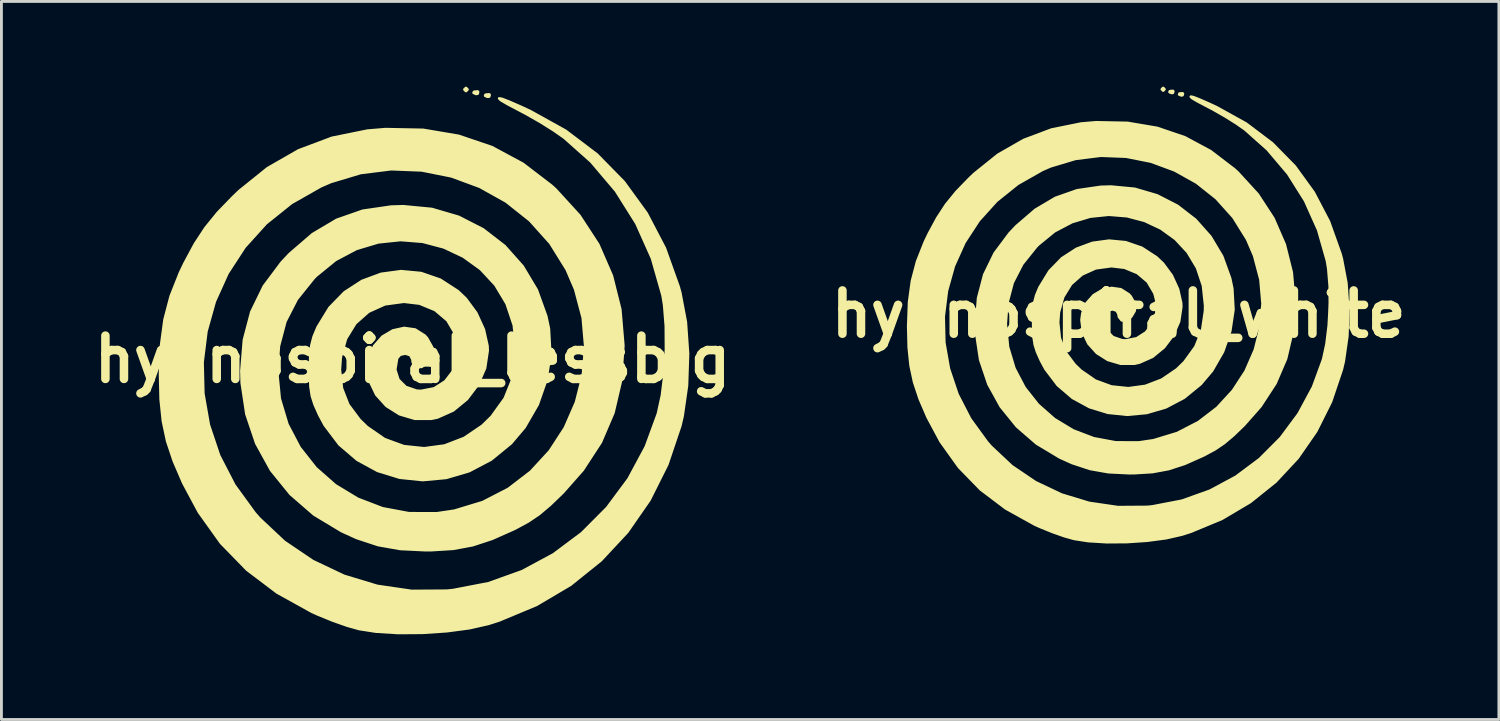
<source format=kicad_pcb>
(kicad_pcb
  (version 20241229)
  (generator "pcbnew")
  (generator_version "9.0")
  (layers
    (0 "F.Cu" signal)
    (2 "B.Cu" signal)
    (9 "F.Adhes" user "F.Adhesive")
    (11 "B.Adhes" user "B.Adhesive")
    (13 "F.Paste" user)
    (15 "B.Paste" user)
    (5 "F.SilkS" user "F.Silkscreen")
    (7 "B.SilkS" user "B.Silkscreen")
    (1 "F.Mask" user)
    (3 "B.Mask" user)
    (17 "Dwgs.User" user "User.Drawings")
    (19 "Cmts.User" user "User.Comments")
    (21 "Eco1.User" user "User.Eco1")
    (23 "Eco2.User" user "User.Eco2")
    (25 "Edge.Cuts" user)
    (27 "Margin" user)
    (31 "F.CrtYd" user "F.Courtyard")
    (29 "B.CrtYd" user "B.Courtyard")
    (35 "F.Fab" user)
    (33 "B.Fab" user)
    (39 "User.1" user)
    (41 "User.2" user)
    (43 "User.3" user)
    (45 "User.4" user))
  (footprint "hypnospiral_white"
    (layer "F.Cu")
    (at 36.332 8.009)
    (property "Reference" "hypnospiral_white" (at 0 0 0) (layer "F.SilkS") (effects (font (size 1.524 1.524) (thickness 0.3))))
    (attr through_hole)
    (fp_poly (pts (xy 1.609 -7.916) (xy 1.566 -7.874) (xy 1.524 -7.916) (xy 1.566 -7.959) (xy 1.609 -7.916)) (stroke (width 0.1) (type solid)) (fill yes) (layer "F.SilkS"))
    (fp_poly (pts (xy 1.919 -7.846) (xy 1.907 -7.795) (xy 1.863 -7.789) (xy 1.793 -7.82) (xy 1.806 -7.846) (xy 1.907 -7.856) (xy 1.919 -7.846)) (stroke (width 0.1) (type solid)) (fill yes) (layer "F.SilkS"))
    (fp_poly (pts (xy 2.258 -7.761) (xy 2.246 -7.711) (xy 2.201 -7.705) (xy 2.132 -7.736) (xy 2.145 -7.761) (xy 2.245 -7.771) (xy 2.258 -7.761)) (stroke (width 0.1) (type solid)) (fill yes) (layer "F.SilkS"))
    (fp_poly (pts (xy 8.078 -0.166) (xy 8.047 0.774) (xy 7.92 1.661) (xy 7.852 1.948) (xy 7.47 3.082) (xy 6.949 4.123) (xy 6.297 5.064) (xy 5.521 5.896) (xy 4.63 6.611) (xy 3.632 7.202) (xy 2.533 7.659) (xy 2.225 7.757) (xy 1.669 7.884) (xy 1.006 7.972) (xy 0.291 8.02) (xy -0.42 8.025) (xy -1.074 7.985) (xy -1.566 7.909) (xy -1.913 7.811) (xy -2.339 7.661) (xy -2.773 7.484) (xy -2.952 7.403) (xy -3.968 6.84) (xy -4.854 6.17) (xy -5.618 5.386) (xy -6.266 4.48) (xy -6.723 3.627) (xy -7.001 2.982) (xy -7.196 2.396) (xy -7.321 1.812) (xy -7.387 1.174) (xy -7.405 0.426) (xy -7.405 0.423) (xy -7.374 -0.423) (xy -7.274 -1.163) (xy -7.093 -1.85) (xy -6.821 -2.537) (xy -6.683 -2.825) (xy -6.383 -3.381) (xy -6.073 -3.855) (xy -5.712 -4.299) (xy -5.261 -4.765) (xy -5.082 -4.936) (xy -4.249 -5.606) (xy -3.34 -6.127) (xy -2.362 -6.495) (xy -1.323 -6.705) (xy -0.797 -6.75) (xy 0.313 -6.728) (xy 1.354 -6.552) (xy 2.327 -6.221) (xy 3.233 -5.734) (xy 4.071 -5.093) (xy 4.193 -4.98) (xy 4.893 -4.215) (xy 5.444 -3.37) (xy 5.844 -2.451) (xy 6.09 -1.466) (xy 6.179 -0.423) (xy 6.179 -0.373) (xy 6.109 0.636) (xy 5.89 1.567) (xy 5.519 2.432) (xy 4.991 3.242) (xy 4.408 3.903) (xy 4.029 4.268) (xy 3.706 4.54) (xy 3.388 4.755) (xy 3.022 4.953) (xy 2.963 4.982) (xy 2.329 5.264) (xy 1.76 5.45) (xy 1.192 5.555) (xy 0.563 5.594) (xy 0.381 5.596) (xy -0.36 5.56) (xy -1.01 5.445) (xy -1.638 5.237) (xy -2.074 5.04) (xy -2.885 4.553) (xy -3.58 3.951) (xy -4.148 3.25) (xy -4.582 2.464) (xy -4.871 1.606) (xy -5.008 0.693) (xy -5.018 0.339) (xy -4.944 -0.567) (xy -4.728 -1.389) (xy -4.361 -2.142) (xy -3.839 -2.841) (xy -3.601 -3.093) (xy -2.929 -3.671) (xy -2.223 -4.089) (xy -1.463 -4.355) (xy -0.629 -4.477) (xy -0.272 -4.487) (xy 0.564 -4.408) (xy 1.348 -4.178) (xy 2.065 -3.811) (xy 2.697 -3.322) (xy 3.228 -2.725) (xy 3.641 -2.033) (xy 3.92 -1.261) (xy 3.996 -0.9) (xy 4.037 -0.157) (xy 3.924 0.595) (xy 3.67 1.321) (xy 3.286 1.988) (xy 2.885 2.461) (xy 2.299 2.94) (xy 1.659 3.277) (xy 0.985 3.475) (xy 0.299 3.538) (xy -0.378 3.468) (xy -1.025 3.269) (xy -1.621 2.944) (xy -2.145 2.496) (xy -2.575 1.928) (xy -2.736 1.628) (xy -2.87 1.326) (xy -2.951 1.073) (xy -2.991 0.807) (xy -3.005 0.46) (xy -3.006 0.296) (xy -2.998 -0.11) (xy -2.966 -0.408) (xy -2.9 -0.661) (xy -2.788 -0.93) (xy -2.781 -0.944) (xy -2.434 -1.512) (xy -1.993 -1.965) (xy -1.48 -2.297) (xy -0.921 -2.504) (xy -0.337 -2.583) (xy 0.247 -2.527) (xy 0.81 -2.333) (xy 1.327 -1.997) (xy 1.557 -1.779) (xy 1.866 -1.36) (xy 2.087 -0.877) (xy 2.195 -0.394) (xy 2.201 -0.26) (xy 2.124 0.257) (xy 1.912 0.743) (xy 1.592 1.167) (xy 1.189 1.497) (xy 0.729 1.702) (xy 0.554 1.74) (xy 0.068 1.74) (xy -0.379 1.608) (xy -0.764 1.365) (xy -1.062 1.035) (xy -1.25 0.641) (xy -1.305 0.205) (xy -1.274 -0.029) (xy -1.125 -0.388) (xy -0.881 -0.663) (xy -0.578 -0.843) (xy -0.248 -0.917) (xy 0.074 -0.871) (xy 0.354 -0.694) (xy 0.42 -0.62) (xy 0.568 -0.357) (xy 0.561 -0.118) (xy 0.437 0.089) (xy 0.266 0.218) (xy 0.108 0.215) (xy 0.011 0.09) (xy 0 0.003) (xy -0.065 -0.125) (xy -0.211 -0.174) (xy -0.368 -0.138) (xy -0.457 -0.035) (xy -0.511 0.304) (xy -0.419 0.597) (xy -0.202 0.813) (xy 0.118 0.923) (xy 0.244 0.931) (xy 0.637 0.855) (xy 0.961 0.647) (xy 1.199 0.339) (xy 1.33 -0.038) (xy 1.337 -0.455) (xy 1.265 -0.735) (xy 1.024 -1.144) (xy 0.663 -1.45) (xy 0.207 -1.638) (xy -0.254 -1.693) (xy -0.812 -1.617) (xy -1.292 -1.4) (xy -1.679 -1.059) (xy -1.956 -0.608) (xy -2.109 -0.066) (xy -2.135 0.296) (xy -2.076 0.849) (xy -1.888 1.331) (xy -1.556 1.776) (xy -1.338 1.988) (xy -0.825 2.343) (xy -0.258 2.551) (xy 0.339 2.613) (xy 0.939 2.532) (xy 1.518 2.31) (xy 2.05 1.949) (xy 2.32 1.685) (xy 2.706 1.15) (xy 2.944 0.56) (xy 3.044 -0.111) (xy 3.048 -0.299) (xy 2.973 -1.004) (xy 2.762 -1.635) (xy 2.432 -2.185) (xy 2.002 -2.648) (xy 1.491 -3.018) (xy 0.916 -3.288) (xy 0.296 -3.452) (xy -0.35 -3.504) (xy -1.004 -3.436) (xy -1.648 -3.243) (xy -2.264 -2.918) (xy -2.832 -2.454) (xy -2.907 -2.378) (xy -3.398 -1.765) (xy -3.735 -1.109) (xy -3.925 -0.388) (xy -3.979 0.345) (xy -3.9 1.156) (xy -3.674 1.908) (xy -3.316 2.591) (xy -2.842 3.191) (xy -2.268 3.697) (xy -1.61 4.095) (xy -0.884 4.373) (xy -0.104 4.519) (xy 0.712 4.521) (xy 1.228 4.444) (xy 2.064 4.19) (xy 2.815 3.802) (xy 3.472 3.298) (xy 4.026 2.695) (xy 4.472 2.01) (xy 4.799 1.259) (xy 5.001 0.46) (xy 5.069 -0.37) (xy 4.996 -1.215) (xy 4.774 -2.057) (xy 4.524 -2.638) (xy 4.043 -3.411) (xy 3.445 -4.078) (xy 2.749 -4.632) (xy 1.974 -5.065) (xy 1.141 -5.373) (xy 0.267 -5.547) (xy -0.627 -5.582) (xy -1.523 -5.47) (xy -2.401 -5.207) (xy -2.693 -5.08) (xy -3.557 -4.589) (xy -4.303 -3.99) (xy -4.929 -3.297) (xy -5.431 -2.528) (xy -5.806 -1.697) (xy -6.051 -0.821) (xy -6.164 0.085) (xy -6.142 1.004) (xy -5.981 1.922) (xy -5.679 2.822) (xy -5.233 3.689) (xy -4.639 4.507) (xy -4.499 4.667) (xy -3.766 5.355) (xy -2.931 5.92) (xy -2.014 6.355) (xy -1.039 6.65) (xy -0.026 6.798) (xy 1.003 6.791) (xy 1.186 6.773) (xy 2.229 6.572) (xy 3.217 6.219) (xy 4.135 5.725) (xy 4.97 5.101) (xy 5.709 4.359) (xy 6.339 3.51) (xy 6.847 2.566) (xy 7.203 1.594) (xy 7.32 1.052) (xy 7.399 0.404) (xy 7.438 -0.292) (xy 7.434 -0.977) (xy 7.384 -1.591) (xy 7.337 -1.88) (xy 7.028 -2.964) (xy 6.568 -3.992) (xy 5.969 -4.944) (xy 5.243 -5.801) (xy 4.454 -6.504) (xy 4.145 -6.72) (xy 3.747 -6.969) (xy 3.327 -7.209) (xy 3.134 -7.31) (xy 2.791 -7.491) (xy 2.596 -7.604) (xy 2.544 -7.653) (xy 2.626 -7.636) (xy 2.837 -7.554) (xy 3.169 -7.409) (xy 3.446 -7.281) (xy 4.485 -6.704) (xy 5.403 -6.01) (xy 6.197 -5.202) (xy 6.863 -4.283) (xy 7.399 -3.258) (xy 7.802 -2.13) (xy 7.852 -1.948) (xy 8.013 -1.095) (xy 8.078 -0.166)) (stroke (width 0.1) (type solid)) (fill yes) (layer "F.SilkS")))
  (footprint "hypnospiral_lessbig"
    (layer "F.Cu")
    (at 11.474 9.6)
    (property "Reference" "hypnospiral_lessbig" (at 0 0 0) (layer "F.SilkS") (effects (font (size 1.524 1.524) (thickness 0.3))))
    (attr through_hole)
    (fp_poly (pts (xy 1.93 -9.5) (xy 1.88 -9.449) (xy 1.829 -9.5) (xy 1.88 -9.55) (xy 1.93 -9.5)) (stroke (width 0.1) (type solid)) (fill yes) (layer "F.SilkS"))
    (fp_poly (pts (xy 2.303 -9.415) (xy 2.289 -9.355) (xy 2.235 -9.347) (xy 2.152 -9.384) (xy 2.167 -9.415) (xy 2.288 -9.427) (xy 2.303 -9.415)) (stroke (width 0.1) (type solid)) (fill yes) (layer "F.SilkS"))
    (fp_poly (pts (xy 2.709 -9.313) (xy 2.695 -9.253) (xy 2.642 -9.246) (xy 2.558 -9.283) (xy 2.574 -9.313) (xy 2.694 -9.325) (xy 2.709 -9.313)) (stroke (width 0.1) (type solid)) (fill yes) (layer "F.SilkS"))
    (fp_poly (pts (xy 9.694 -0.199) (xy 9.656 0.929) (xy 9.503 1.994) (xy 9.423 2.338) (xy 8.964 3.699) (xy 8.339 4.948) (xy 7.556 6.077) (xy 6.625 7.075) (xy 5.556 7.934) (xy 4.358 8.642) (xy 3.04 9.191) (xy 2.67 9.309) (xy 2.002 9.461) (xy 1.207 9.567) (xy 0.349 9.624) (xy -0.504 9.63) (xy -1.289 9.582) (xy -1.88 9.49) (xy -2.296 9.373) (xy -2.807 9.193) (xy -3.328 8.981) (xy -3.542 8.884) (xy -4.762 8.208) (xy -5.825 7.404) (xy -6.742 6.463) (xy -7.519 5.376) (xy -8.068 4.352) (xy -8.401 3.579) (xy -8.636 2.875) (xy -8.785 2.174) (xy -8.864 1.408) (xy -8.886 0.511) (xy -8.886 0.508) (xy -8.848 -0.508) (xy -8.728 -1.396) (xy -8.512 -2.22) (xy -8.185 -3.044) (xy -8.019 -3.39) (xy -7.66 -4.058) (xy -7.287 -4.626) (xy -6.854 -5.159) (xy -6.313 -5.718) (xy -6.099 -5.923) (xy -5.099 -6.728) (xy -4.008 -7.353) (xy -2.834 -7.794) (xy -1.588 -8.047) (xy -0.957 -8.1) (xy 0.375 -8.074) (xy 1.625 -7.862) (xy 2.793 -7.465) (xy 3.879 -6.881) (xy 4.885 -6.111) (xy 5.032 -5.977) (xy 5.871 -5.059) (xy 6.533 -4.044) (xy 7.013 -2.941) (xy 7.309 -1.759) (xy 7.415 -0.507) (xy 7.415 -0.448) (xy 7.33 0.763) (xy 7.068 1.88) (xy 6.623 2.919) (xy 5.989 3.891) (xy 5.289 4.684) (xy 4.835 5.122) (xy 4.448 5.448) (xy 4.065 5.706) (xy 3.627 5.943) (xy 3.556 5.978) (xy 2.795 6.316) (xy 2.112 6.54) (xy 1.431 6.666) (xy 0.676 6.713) (xy 0.457 6.715) (xy -0.432 6.672) (xy -1.212 6.534) (xy -1.966 6.285) (xy -2.489 6.048) (xy -3.462 5.463) (xy -4.295 4.741) (xy -4.978 3.9) (xy -5.498 2.956) (xy -5.845 1.928) (xy -6.01 0.831) (xy -6.022 0.406) (xy -5.933 -0.681) (xy -5.673 -1.667) (xy -5.233 -2.571) (xy -4.606 -3.409) (xy -4.321 -3.711) (xy -3.515 -4.405) (xy -2.668 -4.907) (xy -1.756 -5.226) (xy -0.755 -5.372) (xy -0.327 -5.385) (xy 0.676 -5.289) (xy 1.618 -5.013) (xy 2.478 -4.573) (xy 3.237 -3.987) (xy 3.874 -3.27) (xy 4.37 -2.44) (xy 4.704 -1.513) (xy 4.795 -1.08) (xy 4.844 -0.188) (xy 4.709 0.714) (xy 4.404 1.586) (xy 3.943 2.385) (xy 3.463 2.953) (xy 2.759 3.528) (xy 1.99 3.932) (xy 1.182 4.17) (xy 0.359 4.246) (xy -0.454 4.162) (xy -1.23 3.923) (xy -1.945 3.533) (xy -2.574 2.995) (xy -3.09 2.313) (xy -3.283 1.953) (xy -3.444 1.591) (xy -3.541 1.288) (xy -3.59 0.968) (xy -3.606 0.552) (xy -3.607 0.356) (xy -3.597 -0.131) (xy -3.559 -0.49) (xy -3.48 -0.793) (xy -3.345 -1.116) (xy -3.338 -1.133) (xy -2.921 -1.815) (xy -2.391 -2.358) (xy -1.777 -2.756) (xy -1.105 -3.005) (xy -0.405 -3.099) (xy 0.297 -3.033) (xy 0.972 -2.8) (xy 1.593 -2.397) (xy 1.868 -2.135) (xy 2.239 -1.632) (xy 2.505 -1.052) (xy 2.634 -0.472) (xy 2.641 -0.312) (xy 2.549 0.308) (xy 2.295 0.891) (xy 1.91 1.4) (xy 1.427 1.796) (xy 0.875 2.043) (xy 0.665 2.087) (xy 0.081 2.088) (xy -0.455 1.929) (xy -0.917 1.638) (xy -1.274 1.243) (xy -1.501 0.769) (xy -1.567 0.246) (xy -1.529 -0.035) (xy -1.35 -0.465) (xy -1.058 -0.796) (xy -0.693 -1.012) (xy -0.297 -1.1) (xy 0.089 -1.045) (xy 0.425 -0.833) (xy 0.504 -0.745) (xy 0.682 -0.428) (xy 0.673 -0.141) (xy 0.524 0.107) (xy 0.319 0.262) (xy 0.13 0.258) (xy 0.013 0.108) (xy 0 0.003) (xy -0.077 -0.15) (xy -0.253 -0.208) (xy -0.441 -0.165) (xy -0.548 -0.042) (xy -0.614 0.365) (xy -0.503 0.716) (xy -0.243 0.976) (xy 0.142 1.108) (xy 0.293 1.117) (xy 0.764 1.026) (xy 1.153 0.777) (xy 1.438 0.407) (xy 1.596 -0.046) (xy 1.605 -0.546) (xy 1.518 -0.882) (xy 1.229 -1.373) (xy 0.796 -1.74) (xy 0.248 -1.966) (xy -0.305 -2.032) (xy -0.975 -1.941) (xy -1.551 -1.681) (xy -2.014 -1.271) (xy -2.347 -0.73) (xy -2.531 -0.079) (xy -2.563 0.356) (xy -2.492 1.019) (xy -2.266 1.598) (xy -1.867 2.132) (xy -1.606 2.386) (xy -0.99 2.812) (xy -0.309 3.061) (xy 0.407 3.136) (xy 1.127 3.039) (xy 1.821 2.772) (xy 2.46 2.339) (xy 2.784 2.022) (xy 3.247 1.38) (xy 3.533 0.672) (xy 3.653 -0.133) (xy 3.658 -0.358) (xy 3.568 -1.204) (xy 3.315 -1.961) (xy 2.919 -2.622) (xy 2.403 -3.178) (xy 1.789 -3.622) (xy 1.099 -3.946) (xy 0.356 -4.143) (xy -0.42 -4.205) (xy -1.205 -4.123) (xy -1.978 -3.892) (xy -2.717 -3.501) (xy -3.399 -2.945) (xy -3.488 -2.854) (xy -4.078 -2.118) (xy -4.482 -1.331) (xy -4.71 -0.466) (xy -4.775 0.414) (xy -4.68 1.387) (xy -4.409 2.29) (xy -3.979 3.109) (xy -3.411 3.83) (xy -2.722 4.436) (xy -1.932 4.914) (xy -1.06 5.248) (xy -0.125 5.423) (xy 0.854 5.425) (xy 1.473 5.333) (xy 2.477 5.028) (xy 3.378 4.563) (xy 4.166 3.958) (xy 4.832 3.234) (xy 5.366 2.412) (xy 5.759 1.511) (xy 6.001 0.552) (xy 6.083 -0.444) (xy 5.996 -1.458) (xy 5.729 -2.468) (xy 5.429 -3.165) (xy 4.852 -4.094) (xy 4.134 -4.894) (xy 3.299 -5.558) (xy 2.369 -6.078) (xy 1.369 -6.447) (xy 0.32 -6.656) (xy -0.753 -6.698) (xy -1.828 -6.564) (xy -2.881 -6.248) (xy -3.231 -6.096) (xy -4.268 -5.507) (xy -5.164 -4.788) (xy -5.915 -3.957) (xy -6.517 -3.033) (xy -6.967 -2.037) (xy -7.261 -0.985) (xy -7.397 0.102) (xy -7.37 1.205) (xy -7.177 2.307) (xy -6.815 3.387) (xy -6.279 4.427) (xy -5.567 5.408) (xy -5.399 5.6) (xy -4.52 6.426) (xy -3.517 7.104) (xy -2.417 7.626) (xy -1.247 7.98) (xy -0.031 8.158) (xy 1.203 8.15) (xy 1.423 8.128) (xy 2.675 7.887) (xy 3.86 7.463) (xy 4.962 6.87) (xy 5.964 6.121) (xy 6.851 5.231) (xy 7.607 4.212) (xy 8.216 3.079) (xy 8.643 1.913) (xy 8.784 1.263) (xy 8.879 0.485) (xy 8.925 -0.35) (xy 8.92 -1.172) (xy 8.861 -1.91) (xy 8.804 -2.256) (xy 8.434 -3.556) (xy 7.882 -4.79) (xy 7.163 -5.933) (xy 6.292 -6.961) (xy 5.345 -7.804) (xy 4.973 -8.064) (xy 4.496 -8.363) (xy 3.992 -8.65) (xy 3.761 -8.772) (xy 3.349 -8.989) (xy 3.116 -9.125) (xy 3.053 -9.183) (xy 3.152 -9.163) (xy 3.405 -9.065) (xy 3.803 -8.891) (xy 4.136 -8.737) (xy 5.382 -8.045) (xy 6.484 -7.212) (xy 7.436 -6.242) (xy 8.236 -5.14) (xy 8.879 -3.91) (xy 9.363 -2.556) (xy 9.423 -2.338) (xy 9.616 -1.314) (xy 9.694 -0.199)) (stroke (width 0.1) (type solid)) (fill yes) (layer "F.SilkS")))
  (gr_rect
    (start -3 -3)
    (end 49.717 22.28)
    (stroke (width 0.1) (type default))
    (fill no)
    (layer "Edge.Cuts")))
</source>
